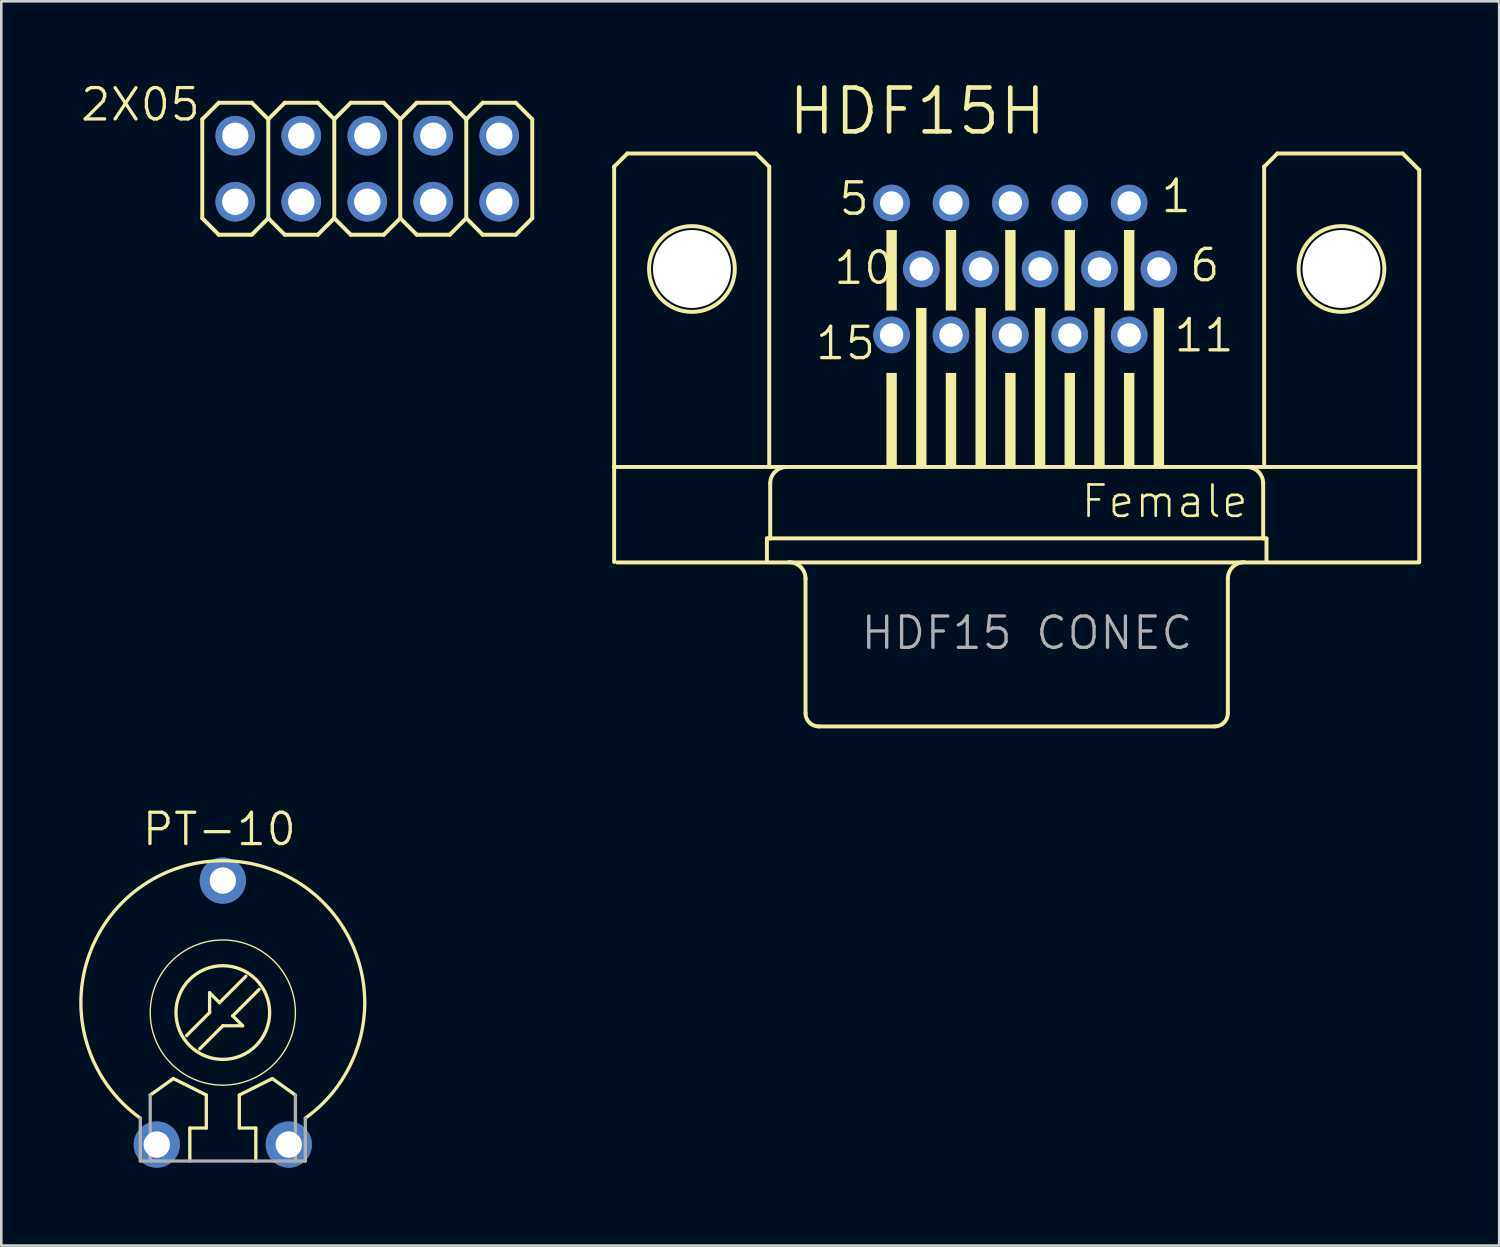
<source format=kicad_pcb>
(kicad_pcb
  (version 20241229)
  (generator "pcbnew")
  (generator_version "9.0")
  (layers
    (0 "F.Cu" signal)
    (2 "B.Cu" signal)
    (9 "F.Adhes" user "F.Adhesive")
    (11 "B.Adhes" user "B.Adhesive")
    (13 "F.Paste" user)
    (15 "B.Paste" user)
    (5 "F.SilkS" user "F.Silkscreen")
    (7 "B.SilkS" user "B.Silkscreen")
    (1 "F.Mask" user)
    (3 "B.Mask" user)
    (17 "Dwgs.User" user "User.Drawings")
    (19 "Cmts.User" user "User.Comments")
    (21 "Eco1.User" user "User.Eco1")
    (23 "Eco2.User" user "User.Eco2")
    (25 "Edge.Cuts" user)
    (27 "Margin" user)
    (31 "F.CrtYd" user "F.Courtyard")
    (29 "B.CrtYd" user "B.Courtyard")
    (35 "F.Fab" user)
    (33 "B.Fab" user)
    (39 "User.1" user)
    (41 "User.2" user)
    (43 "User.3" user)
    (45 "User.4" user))
  (footprint "HDF15H"
    (layer "F.Cu")
    (at 36.082 7.303)
    (property "Reference" "HDF15H" (at -8.89 -5.08 0) (layer "F.SilkS") (effects (font (size 1.689 1.689) (thickness 0.178)) (justify left bottom)))
    (attr through_hole)
    (fp_line (start -15.494 -3.937) (end -15.494 7.62) (stroke (width 0.152) (type solid)) (layer "F.SilkS"))
    (fp_line (start -15.494 11.276) (end -15.494 7.62) (stroke (width 0.152) (type solid)) (layer "F.SilkS"))
    (fp_line (start -14.986 -4.445) (end -15.494 -3.937) (stroke (width 0.152) (type solid)) (layer "F.SilkS"))
    (fp_line (start -10.033 -4.445) (end -14.986 -4.445) (stroke (width 0.152) (type solid)) (layer "F.SilkS"))
    (fp_line (start -9.614 10.368) (end -9.614 11.276) (stroke (width 0.152) (type solid)) (layer "F.SilkS"))
    (fp_line (start -9.525 -3.937) (end -10.033 -4.445) (stroke (width 0.152) (type solid)) (layer "F.SilkS"))
    (fp_line (start -9.525 -3.937) (end -9.525 7.62) (stroke (width 0.152) (type solid)) (layer "F.SilkS"))
    (fp_line (start -9.487 8.255) (end -9.487 10.368) (stroke (width 0.152) (type solid)) (layer "F.SilkS"))
    (fp_line (start -9.487 10.368) (end -9.614 10.368) (stroke (width 0.152) (type solid)) (layer "F.SilkS"))
    (fp_line (start -8.128 11.919) (end -8.128 17.099) (stroke (width 0.152) (type solid)) (layer "F.SilkS"))
    (fp_line (start 7.62 17.607) (end -7.62 17.607) (stroke (width 0.152) (type solid)) (layer "F.SilkS"))
    (fp_line (start 8.128 11.919) (end 8.128 17.099) (stroke (width 0.152) (type solid)) (layer "F.SilkS"))
    (fp_line (start 9.487 8.255) (end 9.487 10.368) (stroke (width 0.152) (type solid)) (layer "F.SilkS"))
    (fp_line (start 9.487 10.368) (end -9.487 10.368) (stroke (width 0.152) (type solid)) (layer "F.SilkS"))
    (fp_line (start 9.525 -3.937) (end 9.525 7.62) (stroke (width 0.152) (type solid)) (layer "F.SilkS"))
    (fp_line (start 9.614 10.368) (end 9.487 10.368) (stroke (width 0.152) (type solid)) (layer "F.SilkS"))
    (fp_line (start 9.614 10.368) (end 9.614 11.276) (stroke (width 0.152) (type solid)) (layer "F.SilkS"))
    (fp_line (start 10.033 -4.445) (end 9.525 -3.937) (stroke (width 0.152) (type solid)) (layer "F.SilkS"))
    (fp_line (start 10.033 -4.445) (end 14.859 -4.445) (stroke (width 0.152) (type solid)) (layer "F.SilkS"))
    (fp_line (start 14.859 -4.445) (end 15.494 -3.81) (stroke (width 0.152) (type solid)) (layer "F.SilkS"))
    (fp_line (start 15.475 7.62) (end -15.494 7.62) (stroke (width 0.152) (type solid)) (layer "F.SilkS"))
    (fp_line (start 15.476 11.294) (end -15.38 11.294) (stroke (width 0.152) (type solid)) (layer "F.SilkS"))
    (fp_line (start 15.494 -3.81) (end 15.494 11.276) (stroke (width 0.152) (type solid)) (layer "F.SilkS"))
    (fp_arc (start -9.487 8.255) (mid -9.301013 7.805987) (end -8.852 7.62) (stroke (width 0.1524) (type solid)) (layer "F.SilkS"))
    (fp_arc (start -8.763 11.284) (mid -8.313987 11.469987) (end -8.128 11.919) (stroke (width 0.1524) (type solid)) (layer "F.SilkS"))
    (fp_arc (start -7.62 17.607) (mid -7.97921 17.45821) (end -8.128 17.099) (stroke (width 0.1524) (type solid)) (layer "F.SilkS"))
    (fp_arc (start 8.128 11.919) (mid 8.313987 11.469987) (end 8.763 11.284) (stroke (width 0.1524) (type solid)) (layer "F.SilkS"))
    (fp_arc (start 8.128 17.099) (mid 7.97921 17.45821) (end 7.62 17.607) (stroke (width 0.1524) (type solid)) (layer "F.SilkS"))
    (fp_arc (start 8.852 7.62) (mid 9.301013 7.805987) (end 9.487 8.255) (stroke (width 0.1524) (type solid)) (layer "F.SilkS"))
    (fp_circle (center -12.5 0) (end -10.849 0) (stroke (width 0.152) (type solid)) (fill no) (layer "F.SilkS"))
    (fp_circle (center 12.5 0) (end 14.151 0) (stroke (width 0.152) (type solid)) (fill no) (layer "F.SilkS"))
    (fp_poly (pts (xy -5.015 1.6) (xy -4.615 1.6) (xy -4.615 -1.5) (xy -5.015 -1.5)) (stroke (width 0) (type solid)) (fill yes) (layer "F.SilkS"))
    (fp_poly (pts (xy -5.015 7.6) (xy -4.615 7.6) (xy -4.615 4) (xy -5.015 4)) (stroke (width 0) (type solid)) (fill yes) (layer "F.SilkS"))
    (fp_poly (pts (xy -3.872 7.6) (xy -3.472 7.6) (xy -3.472 1.5) (xy -3.872 1.5)) (stroke (width 0) (type solid)) (fill yes) (layer "F.SilkS"))
    (fp_poly (pts (xy -2.729 1.6) (xy -2.329 1.6) (xy -2.329 -1.5) (xy -2.729 -1.5)) (stroke (width 0) (type solid)) (fill yes) (layer "F.SilkS"))
    (fp_poly (pts (xy -2.729 7.6) (xy -2.329 7.6) (xy -2.329 4) (xy -2.729 4)) (stroke (width 0) (type solid)) (fill yes) (layer "F.SilkS"))
    (fp_poly (pts (xy -1.586 7.6) (xy -1.186 7.6) (xy -1.186 1.5) (xy -1.586 1.5)) (stroke (width 0) (type solid)) (fill yes) (layer "F.SilkS"))
    (fp_poly (pts (xy -0.443 1.6) (xy -0.043 1.6) (xy -0.043 -1.5) (xy -0.443 -1.5)) (stroke (width 0) (type solid)) (fill yes) (layer "F.SilkS"))
    (fp_poly (pts (xy -0.443 7.6) (xy -0.043 7.6) (xy -0.043 4) (xy -0.443 4)) (stroke (width 0) (type solid)) (fill yes) (layer "F.SilkS"))
    (fp_poly (pts (xy 0.7 7.6) (xy 1.1 7.6) (xy 1.1 1.5) (xy 0.7 1.5)) (stroke (width 0) (type solid)) (fill yes) (layer "F.SilkS"))
    (fp_poly (pts (xy 1.843 1.6) (xy 2.243 1.6) (xy 2.243 -1.5) (xy 1.843 -1.5)) (stroke (width 0) (type solid)) (fill yes) (layer "F.SilkS"))
    (fp_poly (pts (xy 1.843 7.6) (xy 2.243 7.6) (xy 2.243 4) (xy 1.843 4)) (stroke (width 0) (type solid)) (fill yes) (layer "F.SilkS"))
    (fp_poly (pts (xy 2.986 7.6) (xy 3.386 7.6) (xy 3.386 1.5) (xy 2.986 1.5)) (stroke (width 0) (type solid)) (fill yes) (layer "F.SilkS"))
    (fp_poly (pts (xy 4.129 1.6) (xy 4.529 1.6) (xy 4.529 -1.5) (xy 4.129 -1.5)) (stroke (width 0) (type solid)) (fill yes) (layer "F.SilkS"))
    (fp_poly (pts (xy 4.129 7.6) (xy 4.529 7.6) (xy 4.529 4) (xy 4.129 4)) (stroke (width 0) (type solid)) (fill yes) (layer "F.SilkS"))
    (fp_poly (pts (xy 5.272 7.6) (xy 5.672 7.6) (xy 5.672 1.5) (xy 5.272 1.5)) (stroke (width 0) (type solid)) (fill yes) (layer "F.SilkS"))
    (fp_text user "6" (at 6.58 0.565 0) (layer "F.SilkS") (effects (font (size 1.206 1.206) (thickness 0.127)) (justify left bottom)))
    (fp_text user "10" (at -7.115 0.665 0) (layer "F.SilkS") (effects (font (size 1.206 1.206) (thickness 0.127)) (justify left bottom)))
    (fp_text user "15" (at -7.82 3.565 0) (layer "F.SilkS") (effects (font (size 1.206 1.206) (thickness 0.127)) (justify left bottom)))
    (fp_text user "11" (at 5.98 3.265 0) (layer "F.SilkS") (effects (font (size 1.206 1.206) (thickness 0.127)) (justify left bottom)))
    (fp_text user "5" (at -6.915 -1.995 0) (layer "F.SilkS") (effects (font (size 1.206 1.206) (thickness 0.127)) (justify left bottom)))
    (fp_text user "1" (at 5.48 -2.095 0) (layer "F.SilkS") (effects (font (size 1.206 1.206) (thickness 0.127)) (justify left bottom)))
    (fp_text user "Female" (at 2.413 9.652 0) (layer "F.SilkS") (effects (font (size 1.206 1.206) (thickness 0.102)) (justify left bottom)))
    (fp_text user "HDF15 CONEC" (at -6.064 14.717 0) (layer "F.Fab") (effects (font (size 1.206 1.206) (thickness 0.127)) (justify left bottom)))
    (pad "" np_thru_hole circle (at -12.5 0) (size 3 3) (drill 3) (layers "*.Cu" "*.Mask"))
    (pad "" np_thru_hole circle (at 12.5 0) (size 3 3) (drill 3) (layers "*.Cu" "*.Mask"))
    (pad "1" thru_hole circle (at 4.329 -2.54) (size 1.408 1.408) (drill 0.9) (layers "*.Cu" "*.Mask"))
    (pad "2" thru_hole circle (at 2.043 -2.54) (size 1.408 1.408) (drill 0.9) (layers "*.Cu" "*.Mask"))
    (pad "3" thru_hole circle (at -0.243 -2.54) (size 1.408 1.408) (drill 0.9) (layers "*.Cu" "*.Mask"))
    (pad "4" thru_hole circle (at -2.529 -2.54) (size 1.408 1.408) (drill 0.9) (layers "*.Cu" "*.Mask"))
    (pad "5" thru_hole circle (at -4.815 -2.54) (size 1.408 1.408) (drill 0.9) (layers "*.Cu" "*.Mask"))
    (pad "6" thru_hole circle (at 5.472 0) (size 1.408 1.408) (drill 0.9) (layers "*.Cu" "*.Mask"))
    (pad "7" thru_hole circle (at 3.186 0) (size 1.408 1.408) (drill 0.9) (layers "*.Cu" "*.Mask"))
    (pad "8" thru_hole circle (at 0.9 0) (size 1.408 1.408) (drill 0.9) (layers "*.Cu" "*.Mask"))
    (pad "9" thru_hole circle (at -1.386 0) (size 1.408 1.408) (drill 0.9) (layers "*.Cu" "*.Mask"))
    (pad "10" thru_hole circle (at -3.672 0) (size 1.408 1.408) (drill 0.9) (layers "*.Cu" "*.Mask"))
    (pad "11" thru_hole circle (at 4.329 2.54) (size 1.408 1.408) (drill 0.9) (layers "*.Cu" "*.Mask"))
    (pad "12" thru_hole circle (at 2.043 2.54) (size 1.408 1.408) (drill 0.9) (layers "*.Cu" "*.Mask"))
    (pad "13" thru_hole circle (at -0.243 2.54) (size 1.408 1.408) (drill 0.9) (layers "*.Cu" "*.Mask"))
    (pad "14" thru_hole circle (at -2.529 2.54) (size 1.408 1.408) (drill 0.9) (layers "*.Cu" "*.Mask"))
    (pad "15" thru_hole circle (at -4.815 2.54) (size 1.408 1.408) (drill 0.9) (layers "*.Cu" "*.Mask")))
  (footprint "2X05"
    (layer "F.Cu")
    (at 11.086 3.445)
    (property "Reference" "2X05" (at -6.35 -3.175 0) (layer "F.SilkS") (effects (font (size 1.206 1.206) (thickness 0.127)) (justify right top)))
    (attr through_hole)
    (fp_line (start -6.35 -1.905) (end -5.715 -2.54) (stroke (width 0.152) (type solid)) (layer "F.SilkS"))
    (fp_line (start -6.35 1.905) (end -6.35 -1.905) (stroke (width 0.152) (type solid)) (layer "F.SilkS"))
    (fp_line (start -6.35 1.905) (end -5.715 2.54) (stroke (width 0.152) (type solid)) (layer "F.SilkS"))
    (fp_line (start -5.715 -2.54) (end -4.445 -2.54) (stroke (width 0.152) (type solid)) (layer "F.SilkS"))
    (fp_line (start -5.715 2.54) (end -4.445 2.54) (stroke (width 0.152) (type solid)) (layer "F.SilkS"))
    (fp_line (start -4.445 -2.54) (end -3.81 -1.905) (stroke (width 0.152) (type solid)) (layer "F.SilkS"))
    (fp_line (start -4.445 2.54) (end -3.81 1.905) (stroke (width 0.152) (type solid)) (layer "F.SilkS"))
    (fp_line (start -3.81 -1.905) (end -3.81 1.905) (stroke (width 0.152) (type solid)) (layer "F.SilkS"))
    (fp_line (start -3.81 -1.905) (end -3.175 -2.54) (stroke (width 0.152) (type solid)) (layer "F.SilkS"))
    (fp_line (start -3.81 1.905) (end -3.175 2.54) (stroke (width 0.152) (type solid)) (layer "F.SilkS"))
    (fp_line (start -3.175 -2.54) (end -1.905 -2.54) (stroke (width 0.152) (type solid)) (layer "F.SilkS"))
    (fp_line (start -3.175 2.54) (end -1.905 2.54) (stroke (width 0.152) (type solid)) (layer "F.SilkS"))
    (fp_line (start -1.905 -2.54) (end -1.27 -1.905) (stroke (width 0.152) (type solid)) (layer "F.SilkS"))
    (fp_line (start -1.905 2.54) (end -1.27 1.905) (stroke (width 0.152) (type solid)) (layer "F.SilkS"))
    (fp_line (start -1.27 -1.905) (end -1.27 1.905) (stroke (width 0.152) (type solid)) (layer "F.SilkS"))
    (fp_line (start -1.27 -1.905) (end -0.635 -2.54) (stroke (width 0.152) (type solid)) (layer "F.SilkS"))
    (fp_line (start -1.27 1.905) (end -0.635 2.54) (stroke (width 0.152) (type solid)) (layer "F.SilkS"))
    (fp_line (start -0.635 -2.54) (end 0.635 -2.54) (stroke (width 0.152) (type solid)) (layer "F.SilkS"))
    (fp_line (start -0.635 2.54) (end 0.635 2.54) (stroke (width 0.152) (type solid)) (layer "F.SilkS"))
    (fp_line (start 0.635 -2.54) (end 1.27 -1.905) (stroke (width 0.152) (type solid)) (layer "F.SilkS"))
    (fp_line (start 0.635 2.54) (end 1.27 1.905) (stroke (width 0.152) (type solid)) (layer "F.SilkS"))
    (fp_line (start 1.27 -1.905) (end 1.27 1.905) (stroke (width 0.152) (type solid)) (layer "F.SilkS"))
    (fp_line (start 1.27 -1.905) (end 1.905 -2.54) (stroke (width 0.152) (type solid)) (layer "F.SilkS"))
    (fp_line (start 1.27 1.905) (end 1.905 2.54) (stroke (width 0.152) (type solid)) (layer "F.SilkS"))
    (fp_line (start 1.905 -2.54) (end 3.175 -2.54) (stroke (width 0.152) (type solid)) (layer "F.SilkS"))
    (fp_line (start 1.905 2.54) (end 3.175 2.54) (stroke (width 0.152) (type solid)) (layer "F.SilkS"))
    (fp_line (start 3.175 -2.54) (end 3.81 -1.905) (stroke (width 0.152) (type solid)) (layer "F.SilkS"))
    (fp_line (start 3.175 2.54) (end 3.81 1.905) (stroke (width 0.152) (type solid)) (layer "F.SilkS"))
    (fp_line (start 3.81 -1.905) (end 3.81 1.905) (stroke (width 0.152) (type solid)) (layer "F.SilkS"))
    (fp_line (start 3.81 -1.905) (end 4.445 -2.54) (stroke (width 0.152) (type solid)) (layer "F.SilkS"))
    (fp_line (start 3.81 1.905) (end 4.445 2.54) (stroke (width 0.152) (type solid)) (layer "F.SilkS"))
    (fp_line (start 4.445 -2.54) (end 5.715 -2.54) (stroke (width 0.152) (type solid)) (layer "F.SilkS"))
    (fp_line (start 4.445 2.54) (end 5.715 2.54) (stroke (width 0.152) (type solid)) (layer "F.SilkS"))
    (fp_line (start 5.715 -2.54) (end 6.35 -1.905) (stroke (width 0.152) (type solid)) (layer "F.SilkS"))
    (fp_line (start 5.715 2.54) (end 6.35 1.905) (stroke (width 0.152) (type solid)) (layer "F.SilkS"))
    (fp_line (start 6.35 -1.905) (end 6.35 1.905) (stroke (width 0.152) (type solid)) (layer "F.SilkS"))
    (fp_poly (pts (xy -5.334 -1.016) (xy -4.826 -1.016) (xy -4.826 -1.524) (xy -5.334 -1.524)) (stroke (width 0.1) (type solid)) (fill no) (layer "F.Fab"))
    (fp_poly (pts (xy -5.334 1.524) (xy -4.826 1.524) (xy -4.826 1.016) (xy -5.334 1.016)) (stroke (width 0.1) (type solid)) (fill no) (layer "F.Fab"))
    (fp_poly (pts (xy -2.794 -1.016) (xy -2.286 -1.016) (xy -2.286 -1.524) (xy -2.794 -1.524)) (stroke (width 0.1) (type solid)) (fill no) (layer "F.Fab"))
    (fp_poly (pts (xy -2.794 1.524) (xy -2.286 1.524) (xy -2.286 1.016) (xy -2.794 1.016)) (stroke (width 0.1) (type solid)) (fill no) (layer "F.Fab"))
    (fp_poly (pts (xy -0.254 -1.016) (xy 0.254 -1.016) (xy 0.254 -1.524) (xy -0.254 -1.524)) (stroke (width 0.1) (type solid)) (fill no) (layer "F.Fab"))
    (fp_poly (pts (xy -0.254 1.524) (xy 0.254 1.524) (xy 0.254 1.016) (xy -0.254 1.016)) (stroke (width 0.1) (type solid)) (fill no) (layer "F.Fab"))
    (fp_poly (pts (xy 2.286 -1.016) (xy 2.794 -1.016) (xy 2.794 -1.524) (xy 2.286 -1.524)) (stroke (width 0.1) (type solid)) (fill no) (layer "F.Fab"))
    (fp_poly (pts (xy 2.286 1.524) (xy 2.794 1.524) (xy 2.794 1.016) (xy 2.286 1.016)) (stroke (width 0.1) (type solid)) (fill no) (layer "F.Fab"))
    (fp_poly (pts (xy 4.826 -1.016) (xy 5.334 -1.016) (xy 5.334 -1.524) (xy 4.826 -1.524)) (stroke (width 0.1) (type solid)) (fill no) (layer "F.Fab"))
    (fp_poly (pts (xy 4.826 1.524) (xy 5.334 1.524) (xy 5.334 1.016) (xy 4.826 1.016)) (stroke (width 0.1) (type solid)) (fill no) (layer "F.Fab"))
    (pad "1" thru_hole circle (at -5.08 1.27) (size 1.524 1.524) (drill 1.016) (layers "*.Cu" "*.Mask"))
    (pad "2" thru_hole circle (at -5.08 -1.27) (size 1.524 1.524) (drill 1.016) (layers "*.Cu" "*.Mask"))
    (pad "3" thru_hole circle (at -2.54 1.27) (size 1.524 1.524) (drill 1.016) (layers "*.Cu" "*.Mask"))
    (pad "4" thru_hole circle (at -2.54 -1.27) (size 1.524 1.524) (drill 1.016) (layers "*.Cu" "*.Mask"))
    (pad "5" thru_hole circle (at 0 1.27) (size 1.524 1.524) (drill 1.016) (layers "*.Cu" "*.Mask"))
    (pad "6" thru_hole circle (at 0 -1.27) (size 1.524 1.524) (drill 1.016) (layers "*.Cu" "*.Mask"))
    (pad "7" thru_hole circle (at 2.54 1.27) (size 1.524 1.524) (drill 1.016) (layers "*.Cu" "*.Mask"))
    (pad "8" thru_hole circle (at 2.54 -1.27) (size 1.524 1.524) (drill 1.016) (layers "*.Cu" "*.Mask"))
    (pad "9" thru_hole circle (at 5.08 1.27) (size 1.524 1.524) (drill 1.016) (layers "*.Cu" "*.Mask"))
    (pad "10" thru_hole circle (at 5.08 -1.27) (size 1.524 1.524) (drill 1.016) (layers "*.Cu" "*.Mask")))
  (footprint "PT-10"
    (layer "F.Cu")
    (at 5.526 35.923)
    (property "Reference" "PT-10" (at -3.175 -6.35 0) (layer "F.SilkS") (effects (font (size 1.206 1.206) (thickness 0.127)) (justify left bottom)))
    (attr through_hole)
    (fp_line (start -2.794 3.175) (end -1.905 2.54) (stroke (width 0.127) (type solid)) (layer "F.SilkS"))
    (fp_line (start -1.905 2.54) (end -0.635 3.175) (stroke (width 0.127) (type solid)) (layer "F.SilkS"))
    (fp_line (start -1.27 4.445) (end -1.27 5.715) (stroke (width 0.127) (type solid)) (layer "F.SilkS"))
    (fp_line (start -0.635 3.175) (end -0.635 4.445) (stroke (width 0.127) (type solid)) (layer "F.SilkS"))
    (fp_line (start -0.635 4.445) (end -1.27 4.445) (stroke (width 0.127) (type solid)) (layer "F.SilkS"))
    (fp_line (start -0.508 -0.762) (end -0.508 0) (stroke (width 0.127) (type solid)) (layer "F.SilkS"))
    (fp_line (start -0.508 0) (end -1.397 0.889) (stroke (width 0.127) (type solid)) (layer "F.SilkS"))
    (fp_line (start -0.127 -0.381) (end -0.508 -0.762) (stroke (width 0.127) (type solid)) (layer "F.SilkS"))
    (fp_line (start 0 0.508) (end -0.889 1.397) (stroke (width 0.127) (type solid)) (layer "F.SilkS"))
    (fp_line (start 0.381 0.127) (end 0.762 0.508) (stroke (width 0.127) (type solid)) (layer "F.SilkS"))
    (fp_line (start 0.635 3.175) (end 1.905 2.54) (stroke (width 0.127) (type solid)) (layer "F.SilkS"))
    (fp_line (start 0.635 4.445) (end 0.635 3.175) (stroke (width 0.127) (type solid)) (layer "F.SilkS"))
    (fp_line (start 0.762 0.508) (end 0 0.508) (stroke (width 0.127) (type solid)) (layer "F.SilkS"))
    (fp_line (start 0.889 -1.397) (end -0.127 -0.381) (stroke (width 0.127) (type solid)) (layer "F.SilkS"))
    (fp_line (start 1.27 4.445) (end 0.635 4.445) (stroke (width 0.127) (type solid)) (layer "F.SilkS"))
    (fp_line (start 1.27 5.715) (end 1.27 4.445) (stroke (width 0.127) (type solid)) (layer "F.SilkS"))
    (fp_line (start 1.397 -0.889) (end 0.381 0.127) (stroke (width 0.127) (type solid)) (layer "F.SilkS"))
    (fp_line (start 1.905 2.54) (end 2.794 3.175) (stroke (width 0.127) (type solid)) (layer "F.SilkS"))
    (fp_arc (start -3.175 4.064) (mid 0.000001 -5.843475) (end 3.174999 4.064001) (stroke (width 0.127) (type solid)) (layer "F.SilkS"))
    (fp_circle (center 0 0) (end 1.803 0) (stroke (width 0.127) (type solid)) (fill no) (layer "F.SilkS"))
    (fp_circle (center 0 0) (end 2.794 0) (stroke (width 0.051) (type solid)) (fill no) (layer "F.SilkS"))
    (fp_line (start -3.175 5.715) (end -3.175 4.064) (stroke (width 0.127) (type solid)) (layer "F.Fab"))
    (fp_line (start -3.175 5.715) (end 3.175 5.715) (stroke (width 0.127) (type solid)) (layer "F.Fab"))
    (fp_line (start -2.794 5.715) (end -2.794 3.175) (stroke (width 0.127) (type solid)) (layer "F.Fab"))
    (fp_line (start 2.794 3.175) (end 2.794 5.715) (stroke (width 0.127) (type solid)) (layer "F.Fab"))
    (fp_line (start 3.175 4.064) (end 3.175 5.715) (stroke (width 0.127) (type solid)) (layer "F.Fab"))
    (pad "1" thru_hole circle (at -2.54 5.08) (size 1.778 1.778) (drill 1.016) (layers "*.Cu" "*.Mask"))
    (pad "2" thru_hole circle (at 2.54 5.08) (size 1.778 1.778) (drill 1.016) (layers "*.Cu" "*.Mask"))
    (pad "3" thru_hole circle (at 0 -5.08) (size 1.778 1.778) (drill 1.016) (layers "*.Cu" "*.Mask")))
  (gr_rect
    (start -3 -3)
    (end 54.652 44.892)
    (stroke (width 0.1) (type default))
    (fill no)
    (layer "Edge.Cuts")))
</source>
